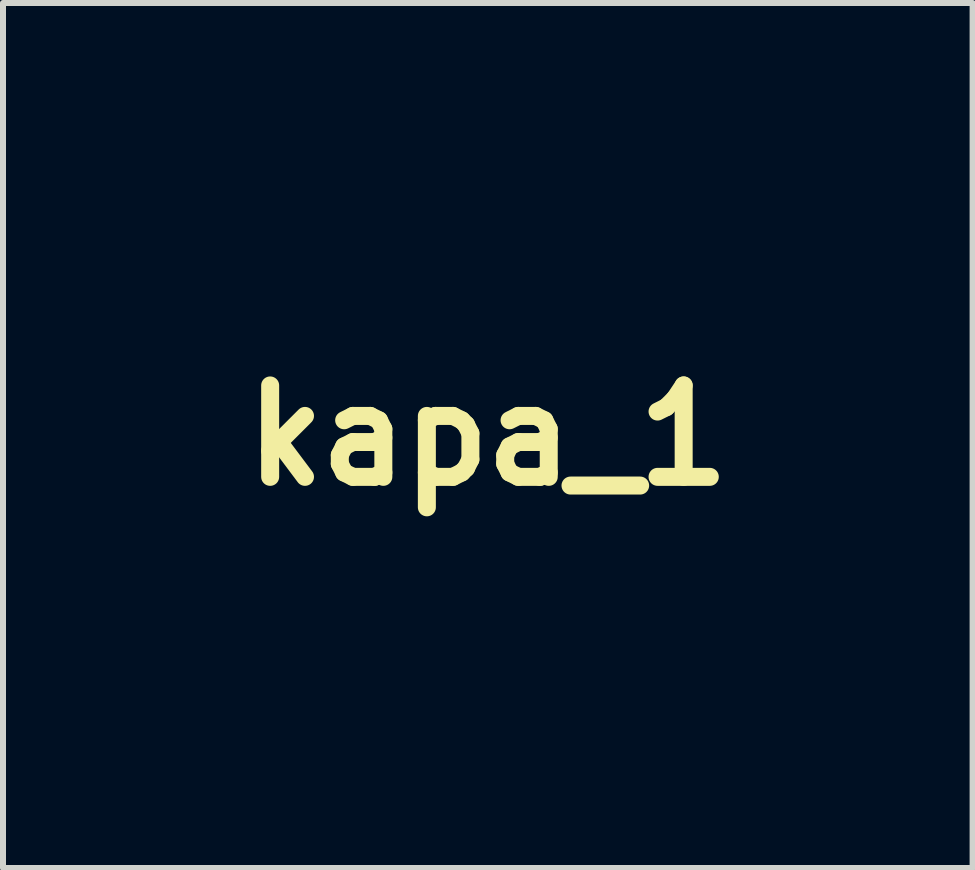
<source format=kicad_pcb>
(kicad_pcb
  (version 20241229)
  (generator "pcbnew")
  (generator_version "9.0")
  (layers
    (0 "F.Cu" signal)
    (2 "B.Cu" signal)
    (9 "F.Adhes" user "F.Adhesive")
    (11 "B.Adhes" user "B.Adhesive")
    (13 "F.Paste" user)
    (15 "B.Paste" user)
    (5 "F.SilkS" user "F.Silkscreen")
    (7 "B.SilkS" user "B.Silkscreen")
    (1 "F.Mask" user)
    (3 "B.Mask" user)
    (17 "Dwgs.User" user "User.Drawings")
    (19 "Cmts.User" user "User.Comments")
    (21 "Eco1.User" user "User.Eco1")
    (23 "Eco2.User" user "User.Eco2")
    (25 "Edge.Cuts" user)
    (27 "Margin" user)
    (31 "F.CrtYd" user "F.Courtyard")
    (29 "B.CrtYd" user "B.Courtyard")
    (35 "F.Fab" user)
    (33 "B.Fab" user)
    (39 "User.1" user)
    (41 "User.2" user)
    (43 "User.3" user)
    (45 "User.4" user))
  (footprint "kapa_1"
    (layer "F.Cu")
    (at 5.083 4.211)
    (property "Reference" "kapa_1" (at 0 0 0) (layer "F.SilkS") (effects (font (size 1.524 1.524) (thickness 0.3))))
    (attr through_hole)
    (fp_poly (pts (xy 0.432 -4.205) (xy 0.511 -4.194) (xy 0.586 -4.17) (xy 0.659 -4.134) (xy 0.732 -4.083) (xy 0.807 -4.018) (xy 0.826 -3.999) (xy 0.846 -3.978) (xy 0.874 -3.947) (xy 0.91 -3.909) (xy 0.95 -3.864) (xy 0.993 -3.817) (xy 1.036 -3.767) (xy 1.048 -3.754) (xy 1.093 -3.705) (xy 1.146 -3.646) (xy 1.206 -3.583) (xy 1.269 -3.516) (xy 1.334 -3.449) (xy 1.397 -3.385) (xy 1.448 -3.334) (xy 1.505 -3.278) (xy 1.555 -3.227) (xy 1.6 -3.181) (xy 1.641 -3.138) (xy 1.68 -3.096) (xy 1.718 -3.054) (xy 1.756 -3.01) (xy 1.796 -2.963) (xy 1.838 -2.911) (xy 1.885 -2.852) (xy 1.938 -2.786) (xy 1.997 -2.71) (xy 2.065 -2.623) (xy 2.068 -2.619) (xy 2.134 -2.535) (xy 2.191 -2.461) (xy 2.239 -2.397) (xy 2.281 -2.342) (xy 2.315 -2.293) (xy 2.343 -2.251) (xy 2.366 -2.214) (xy 2.385 -2.18) (xy 2.401 -2.148) (xy 2.413 -2.116) (xy 2.424 -2.084) (xy 2.433 -2.051) (xy 2.442 -2.014) (xy 2.445 -1.998) (xy 2.455 -1.958) (xy 2.465 -1.921) (xy 2.473 -1.892) (xy 2.48 -1.874) (xy 2.481 -1.873) (xy 2.493 -1.858) (xy 2.514 -1.838) (xy 2.541 -1.817) (xy 2.55 -1.811) (xy 2.585 -1.785) (xy 2.624 -1.755) (xy 2.658 -1.726) (xy 2.661 -1.724) (xy 2.698 -1.691) (xy 2.732 -1.664) (xy 2.764 -1.641) (xy 2.8 -1.62) (xy 2.84 -1.599) (xy 2.889 -1.577) (xy 2.949 -1.552) (xy 2.966 -1.545) (xy 3.057 -1.506) (xy 3.136 -1.467) (xy 3.207 -1.427) (xy 3.274 -1.382) (xy 3.339 -1.33) (xy 3.408 -1.269) (xy 3.448 -1.231) (xy 3.508 -1.17) (xy 3.564 -1.108) (xy 3.619 -1.04) (xy 3.676 -0.964) (xy 3.737 -0.876) (xy 3.74 -0.872) (xy 3.782 -0.809) (xy 3.818 -0.759) (xy 3.85 -0.718) (xy 3.879 -0.684) (xy 3.909 -0.657) (xy 3.941 -0.633) (xy 3.978 -0.611) (xy 4.021 -0.59) (xy 4.073 -0.566) (xy 4.103 -0.553) (xy 4.149 -0.532) (xy 4.196 -0.51) (xy 4.239 -0.489) (xy 4.273 -0.47) (xy 4.285 -0.463) (xy 4.325 -0.435) (xy 4.37 -0.398) (xy 4.416 -0.355) (xy 4.459 -0.311) (xy 4.496 -0.268) (xy 4.52 -0.234) (xy 4.567 -0.146) (xy 4.601 -0.05) (xy 4.621 0.054) (xy 4.627 0.164) (xy 4.627 0.169) (xy 4.627 0.216) (xy 4.63 0.248) (xy 4.635 0.265) (xy 4.636 0.267) (xy 4.647 0.275) (xy 4.668 0.288) (xy 4.698 0.305) (xy 4.733 0.323) (xy 4.734 0.323) (xy 4.81 0.368) (xy 4.874 0.42) (xy 4.928 0.481) (xy 4.973 0.552) (xy 5.011 0.636) (xy 5.02 0.661) (xy 5.034 0.704) (xy 5.048 0.751) (xy 5.058 0.795) (xy 5.06 0.807) (xy 5.068 0.863) (xy 5.074 0.933) (xy 5.077 1.015) (xy 5.078 1.109) (xy 5.077 1.212) (xy 5.074 1.324) (xy 5.069 1.417) (xy 5.065 1.489) (xy 5.061 1.566) (xy 5.057 1.645) (xy 5.054 1.72) (xy 5.05 1.787) (xy 5.048 1.834) (xy 5.042 1.947) (xy 5.034 2.046) (xy 5.023 2.135) (xy 5.01 2.214) (xy 4.993 2.287) (xy 4.973 2.356) (xy 4.948 2.422) (xy 4.918 2.489) (xy 4.9 2.526) (xy 4.856 2.606) (xy 4.803 2.683) (xy 4.746 2.755) (xy 4.686 2.818) (xy 4.626 2.87) (xy 4.615 2.878) (xy 4.548 2.92) (xy 4.468 2.958) (xy 4.377 2.994) (xy 4.278 3.025) (xy 4.174 3.051) (xy 4.068 3.072) (xy 3.961 3.086) (xy 3.873 3.092) (xy 3.81 3.095) (xy 3.757 3.101) (xy 3.71 3.108) (xy 3.672 3.117) (xy 3.633 3.126) (xy 3.595 3.135) (xy 3.564 3.142) (xy 3.553 3.144) (xy 3.518 3.148) (xy 3.469 3.151) (xy 3.407 3.151) (xy 3.335 3.15) (xy 3.253 3.147) (xy 3.164 3.142) (xy 3.068 3.136) (xy 3.06 3.135) (xy 2.939 3.127) (xy 2.829 3.122) (xy 2.729 3.119) (xy 2.633 3.12) (xy 2.539 3.124) (xy 2.443 3.131) (xy 2.349 3.14) (xy 2.287 3.147) (xy 2.23 3.152) (xy 2.175 3.156) (xy 2.118 3.159) (xy 2.056 3.161) (xy 1.986 3.163) (xy 1.904 3.165) (xy 1.881 3.165) (xy 1.816 3.166) (xy 1.755 3.166) (xy 1.696 3.166) (xy 1.638 3.165) (xy 1.579 3.164) (xy 1.518 3.163) (xy 1.451 3.16) (xy 1.379 3.157) (xy 1.298 3.154) (xy 1.208 3.149) (xy 1.105 3.143) (xy 0.99 3.137) (xy 0.945 3.134) (xy 0.849 3.129) (xy 0.767 3.125) (xy 0.696 3.123) (xy 0.632 3.122) (xy 0.573 3.123) (xy 0.517 3.126) (xy 0.46 3.131) (xy 0.399 3.137) (xy 0.334 3.146) (xy 0.259 3.157) (xy 0.238 3.16) (xy 0.17 3.17) (xy 0.103 3.177) (xy 0.035 3.182) (xy -0.036 3.185) (xy -0.112 3.186) (xy -0.194 3.185) (xy -0.285 3.181) (xy -0.386 3.175) (xy -0.5 3.167) (xy -0.587 3.161) (xy -0.662 3.155) (xy -0.729 3.149) (xy -0.79 3.145) (xy -0.849 3.141) (xy -0.907 3.137) (xy -0.967 3.133) (xy -1.031 3.129) (xy -1.102 3.125) (xy -1.181 3.121) (xy -1.273 3.116) (xy -1.361 3.111) (xy -1.46 3.105) (xy -1.544 3.098) (xy -1.615 3.089) (xy -1.676 3.079) (xy -1.728 3.067) (xy -1.772 3.052) (xy -1.81 3.034) (xy -1.84 3.016) (xy -1.893 2.972) (xy -1.944 2.911) (xy -1.993 2.836) (xy -2.038 2.745) (xy -2.081 2.638) (xy -2.121 2.516) (xy -2.158 2.378) (xy -2.19 2.234) (xy -2.207 2.153) (xy -2.222 2.085) (xy -2.236 2.031) (xy -2.248 1.989) (xy -2.26 1.957) (xy -2.273 1.935) (xy -2.286 1.921) (xy -2.302 1.915) (xy -2.32 1.914) (xy -2.341 1.918) (xy -2.36 1.924) (xy -2.397 1.939) (xy -2.443 1.963) (xy -2.496 1.995) (xy -2.554 2.034) (xy -2.613 2.077) (xy -2.673 2.123) (xy -2.729 2.17) (xy -2.73 2.171) (xy -2.758 2.196) (xy -2.793 2.231) (xy -2.833 2.271) (xy -2.874 2.315) (xy -2.915 2.359) (xy -2.923 2.369) (xy -2.983 2.434) (xy -3.035 2.487) (xy -3.083 2.532) (xy -3.128 2.569) (xy -3.172 2.6) (xy -3.217 2.627) (xy -3.22 2.628) (xy -3.253 2.648) (xy -3.273 2.664) (xy -3.278 2.675) (xy -3.273 2.691) (xy -3.261 2.707) (xy -3.248 2.715) (xy -3.246 2.715) (xy -3.232 2.722) (xy -3.221 2.739) (xy -3.215 2.761) (xy -3.215 2.764) (xy -3.212 2.779) (xy -3.203 2.796) (xy -3.184 2.818) (xy -3.167 2.836) (xy -3.146 2.859) (xy -3.131 2.878) (xy -3.125 2.89) (xy -3.125 2.892) (xy -3.135 2.904) (xy -3.149 2.916) (xy -3.162 2.928) (xy -3.167 2.938) (xy -3.162 2.946) (xy -3.149 2.964) (xy -3.129 2.986) (xy -3.123 2.993) (xy -3.101 3.017) (xy -3.088 3.035) (xy -3.082 3.05) (xy -3.081 3.066) (xy -3.081 3.074) (xy -3.081 3.101) (xy -3.077 3.125) (xy -3.076 3.129) (xy -3.074 3.146) (xy -3.082 3.155) (xy -3.091 3.159) (xy -3.105 3.169) (xy -3.111 3.187) (xy -3.111 3.216) (xy -3.103 3.257) (xy -3.102 3.261) (xy -3.098 3.293) (xy -3.103 3.313) (xy -3.118 3.323) (xy -3.144 3.326) (xy -3.164 3.328) (xy -3.174 3.333) (xy -3.175 3.334) (xy -3.17 3.344) (xy -3.156 3.361) (xy -3.136 3.383) (xy -3.127 3.393) (xy -3.106 3.415) (xy -3.09 3.434) (xy -3.081 3.445) (xy -3.08 3.447) (xy -3.087 3.45) (xy -3.105 3.454) (xy -3.118 3.456) (xy -3.149 3.463) (xy -3.169 3.477) (xy -3.182 3.5) (xy -3.189 3.537) (xy -3.189 3.537) (xy -3.193 3.563) (xy -3.197 3.577) (xy -3.205 3.582) (xy -3.218 3.583) (xy -3.219 3.583) (xy -3.23 3.584) (xy -3.238 3.588) (xy -3.244 3.599) (xy -3.249 3.619) (xy -3.255 3.649) (xy -3.262 3.68) (xy -3.268 3.704) (xy -3.272 3.719) (xy -3.273 3.72) (xy -3.282 3.719) (xy -3.296 3.708) (xy -3.301 3.704) (xy -3.316 3.69) (xy -3.328 3.683) (xy -3.336 3.685) (xy -3.343 3.697) (xy -3.348 3.72) (xy -3.352 3.757) (xy -3.356 3.797) (xy -3.36 3.831) (xy -3.365 3.859) (xy -3.369 3.878) (xy -3.372 3.883) (xy -3.384 3.888) (xy -3.406 3.892) (xy -3.42 3.893) (xy -3.446 3.896) (xy -3.468 3.904) (xy -3.488 3.92) (xy -3.509 3.947) (xy -3.53 3.978) (xy -3.551 4.007) (xy -3.568 4.021) (xy -3.582 4.021) (xy -3.593 4.007) (xy -3.596 4) (xy -3.606 3.98) (xy -3.614 3.974) (xy -3.622 3.984) (xy -3.631 4.008) (xy -3.631 4.008) (xy -3.642 4.035) (xy -3.65 4.046) (xy -3.659 4.044) (xy -3.668 4.03) (xy -3.675 4.021) (xy -3.678 4.022) (xy -3.682 4.035) (xy -3.684 4.051) (xy -3.69 4.081) (xy -3.701 4.1) (xy -3.718 4.109) (xy -3.747 4.112) (xy -3.756 4.112) (xy -3.803 4.112) (xy -3.797 4.14) (xy -3.795 4.159) (xy -3.797 4.166) (xy -3.808 4.164) (xy -3.811 4.163) (xy -3.827 4.156) (xy -3.852 4.144) (xy -3.88 4.13) (xy -3.881 4.129) (xy -3.907 4.115) (xy -3.921 4.108) (xy -3.928 4.108) (xy -3.928 4.114) (xy -3.926 4.12) (xy -3.918 4.149) (xy -3.915 4.167) (xy -3.918 4.176) (xy -3.923 4.179) (xy -3.939 4.179) (xy -3.967 4.173) (xy -4.004 4.16) (xy -4.048 4.141) (xy -4.097 4.119) (xy -4.112 4.111) (xy -4.157 4.09) (xy -4.189 4.077) (xy -4.208 4.073) (xy -4.215 4.079) (xy -4.211 4.093) (xy -4.195 4.118) (xy -4.175 4.144) (xy -4.157 4.169) (xy -4.143 4.188) (xy -4.136 4.2) (xy -4.136 4.201) (xy -4.142 4.207) (xy -4.159 4.205) (xy -4.183 4.196) (xy -4.197 4.19) (xy -4.22 4.175) (xy -4.246 4.153) (xy -4.271 4.127) (xy -4.272 4.127) (xy -4.291 4.105) (xy -4.308 4.09) (xy -4.317 4.084) (xy -4.318 4.084) (xy -4.322 4.093) (xy -4.326 4.113) (xy -4.329 4.135) (xy -4.333 4.16) (xy -4.338 4.178) (xy -4.342 4.183) (xy -4.349 4.177) (xy -4.365 4.162) (xy -4.386 4.139) (xy -4.409 4.112) (xy -4.436 4.081) (xy -4.462 4.054) (xy -4.484 4.032) (xy -4.502 4.017) (xy -4.513 4.011) (xy -4.515 4.015) (xy -4.514 4.017) (xy -4.5 4.057) (xy -4.495 4.083) (xy -4.499 4.098) (xy -4.513 4.1) (xy -4.53 4.093) (xy -4.552 4.077) (xy -4.568 4.059) (xy -4.581 4.041) (xy -4.601 4.018) (xy -4.614 4.003) (xy -4.64 3.979) (xy -4.666 3.969) (xy -4.692 3.973) (xy -4.721 3.991) (xy -4.745 4.011) (xy -4.761 4.025) (xy -4.772 4.031) (xy -4.774 4.031) (xy -4.775 4.022) (xy -4.772 4.002) (xy -4.767 3.974) (xy -4.766 3.969) (xy -4.759 3.93) (xy -4.755 3.892) (xy -4.752 3.857) (xy -4.753 3.828) (xy -4.756 3.81) (xy -4.759 3.805) (xy -4.769 3.808) (xy -4.788 3.818) (xy -4.813 3.835) (xy -4.822 3.841) (xy -4.847 3.859) (xy -4.867 3.872) (xy -4.878 3.878) (xy -4.879 3.878) (xy -4.878 3.87) (xy -4.871 3.852) (xy -4.862 3.833) (xy -4.847 3.794) (xy -4.842 3.76) (xy -4.849 3.729) (xy -4.868 3.697) (xy -4.9 3.66) (xy -4.9 3.659) (xy -4.936 3.619) (xy -4.961 3.583) (xy -4.977 3.548) (xy -4.985 3.523) (xy -4.989 3.502) (xy -4.99 3.482) (xy -4.986 3.457) (xy -4.978 3.423) (xy -4.978 3.42) (xy -4.968 3.381) (xy -4.963 3.355) (xy -4.963 3.338) (xy -4.969 3.33) (xy -4.983 3.326) (xy -5.005 3.324) (xy -5.011 3.324) (xy -5.038 3.322) (xy -5.053 3.319) (xy -5.06 3.313) (xy -5.063 3.303) (xy -5.06 3.289) (xy -5.017 3.289) (xy -5.01 3.291) (xy -4.992 3.29) (xy -4.986 3.289) (xy -4.962 3.288) (xy -4.946 3.294) (xy -4.938 3.301) (xy -4.927 3.315) (xy -4.923 3.331) (xy -4.923 3.352) (xy -4.93 3.383) (xy -4.937 3.409) (xy -4.949 3.457) (xy -4.952 3.496) (xy -4.945 3.531) (xy -4.929 3.565) (xy -4.901 3.602) (xy -4.884 3.621) (xy -4.853 3.658) (xy -4.831 3.687) (xy -4.818 3.71) (xy -4.811 3.732) (xy -4.81 3.748) (xy -4.809 3.767) (xy -4.804 3.775) (xy -4.791 3.774) (xy -4.787 3.773) (xy -4.753 3.771) (xy -4.729 3.78) (xy -4.715 3.802) (xy -4.71 3.836) (xy -4.714 3.88) (xy -4.718 3.908) (xy -4.722 3.929) (xy -4.723 3.94) (xy -4.723 3.94) (xy -4.716 3.94) (xy -4.701 3.935) (xy -4.701 3.935) (xy -4.665 3.93) (xy -4.63 3.94) (xy -4.596 3.965) (xy -4.589 3.973) (xy -4.571 3.993) (xy -4.561 4.001) (xy -4.555 4) (xy -4.552 3.993) (xy -4.54 3.977) (xy -4.519 3.97) (xy -4.502 3.972) (xy -4.491 3.98) (xy -4.471 3.996) (xy -4.447 4.019) (xy -4.426 4.04) (xy -4.401 4.066) (xy -4.38 4.086) (xy -4.366 4.1) (xy -4.361 4.104) (xy -4.358 4.097) (xy -4.358 4.088) (xy -4.352 4.069) (xy -4.337 4.052) (xy -4.32 4.041) (xy -4.313 4.04) (xy -4.3 4.045) (xy -4.283 4.059) (xy -4.278 4.063) (xy -4.263 4.077) (xy -4.256 4.08) (xy -4.255 4.072) (xy -4.255 4.072) (xy -4.249 4.055) (xy -4.241 4.044) (xy -4.225 4.035) (xy -4.201 4.035) (xy -4.169 4.045) (xy -4.126 4.064) (xy -4.117 4.069) (xy -4.086 4.084) (xy -4.052 4.1) (xy -4.019 4.115) (xy -3.992 4.127) (xy -3.973 4.134) (xy -3.968 4.135) (xy -3.965 4.129) (xy -3.967 4.117) (xy -3.964 4.095) (xy -3.949 4.079) (xy -3.928 4.072) (xy -3.927 4.072) (xy -3.909 4.076) (xy -3.886 4.085) (xy -3.875 4.091) (xy -3.84 4.109) (xy -3.821 4.09) (xy -3.805 4.078) (xy -3.787 4.073) (xy -3.765 4.074) (xy -3.727 4.076) (xy -3.719 4.03) (xy -3.709 3.995) (xy -3.695 3.975) (xy -3.678 3.97) (xy -3.671 3.972) (xy -3.661 3.972) (xy -3.659 3.969) (xy -3.653 3.956) (xy -3.639 3.941) (xy -3.623 3.931) (xy -3.615 3.929) (xy -3.602 3.935) (xy -3.587 3.948) (xy -3.586 3.949) (xy -3.569 3.969) (xy -3.542 3.929) (xy -3.511 3.891) (xy -3.478 3.867) (xy -3.441 3.858) (xy -3.431 3.858) (xy -3.416 3.857) (xy -3.405 3.854) (xy -3.398 3.846) (xy -3.393 3.83) (xy -3.39 3.805) (xy -3.388 3.767) (xy -3.387 3.75) (xy -3.384 3.719) (xy -3.378 3.691) (xy -3.373 3.673) (xy -3.357 3.653) (xy -3.335 3.645) (xy -3.312 3.648) (xy -3.309 3.65) (xy -3.297 3.656) (xy -3.294 3.656) (xy -3.293 3.648) (xy -3.289 3.628) (xy -3.286 3.611) (xy -3.278 3.578) (xy -3.267 3.557) (xy -3.25 3.544) (xy -3.241 3.539) (xy -3.226 3.527) (xy -3.223 3.516) (xy -3.217 3.488) (xy -3.204 3.46) (xy -3.185 3.44) (xy -3.177 3.435) (xy -3.161 3.428) (xy -3.152 3.423) (xy -3.155 3.417) (xy -3.166 3.403) (xy -3.176 3.391) (xy -3.2 3.363) (xy -3.209 3.34) (xy -3.206 3.32) (xy -3.195 3.305) (xy -3.175 3.292) (xy -3.155 3.286) (xy -3.14 3.284) (xy -3.137 3.276) (xy -3.139 3.268) (xy -3.143 3.25) (xy -3.147 3.224) (xy -3.148 3.207) (xy -3.15 3.18) (xy -3.148 3.164) (xy -3.141 3.152) (xy -3.136 3.148) (xy -3.126 3.135) (xy -3.121 3.115) (xy -3.119 3.089) (xy -3.12 3.066) (xy -3.124 3.049) (xy -3.133 3.033) (xy -3.15 3.013) (xy -3.159 3.004) (xy -3.186 2.971) (xy -3.198 2.943) (xy -3.196 2.919) (xy -3.183 2.901) (xy -3.175 2.893) (xy -3.174 2.886) (xy -3.181 2.875) (xy -3.197 2.859) (xy -3.203 2.853) (xy -3.234 2.816) (xy -3.248 2.784) (xy -3.262 2.753) (xy -3.281 2.734) (xy -3.299 2.719) (xy -3.308 2.702) (xy -3.309 2.7) (xy -3.313 2.687) (xy -3.323 2.684) (xy -3.337 2.686) (xy -3.366 2.685) (xy -3.389 2.67) (xy -3.403 2.642) (xy -3.404 2.641) (xy -3.413 2.621) (xy -3.428 2.613) (xy -3.429 2.613) (xy -3.453 2.603) (xy -3.465 2.581) (xy -3.469 2.555) (xy -3.47 2.536) (xy -3.475 2.528) (xy -3.489 2.528) (xy -3.495 2.529) (xy -3.515 2.53) (xy -3.532 2.523) (xy -3.55 2.509) (xy -3.573 2.493) (xy -3.596 2.481) (xy -3.603 2.479) (xy -3.629 2.469) (xy -3.647 2.45) (xy -3.653 2.428) (xy -3.651 2.416) (xy -3.645 2.401) (xy -3.643 2.394) (xy -3.651 2.393) (xy -3.67 2.393) (xy -3.698 2.393) (xy -3.707 2.393) (xy -3.74 2.393) (xy -3.761 2.391) (xy -3.774 2.386) (xy -3.783 2.378) (xy -3.788 2.374) (xy -3.799 2.35) (xy -3.8 2.334) (xy -3.8 2.322) (xy -3.804 2.316) (xy -3.818 2.313) (xy -3.838 2.313) (xy -3.868 2.312) (xy -3.891 2.304) (xy -3.914 2.289) (xy -3.941 2.272) (xy -3.97 2.259) (xy -3.981 2.255) (xy -4.004 2.248) (xy -4.021 2.24) (xy -4.024 2.239) (xy -4.036 2.238) (xy -4.054 2.248) (xy -4.062 2.255) (xy -4.088 2.272) (xy -4.114 2.277) (xy -4.146 2.271) (xy -4.15 2.269) (xy -4.169 2.265) (xy -4.181 2.269) (xy -4.19 2.278) (xy -4.211 2.293) (xy -4.247 2.303) (xy -4.297 2.308) (xy -4.333 2.309) (xy -4.362 2.31) (xy -4.38 2.314) (xy -4.392 2.322) (xy -4.398 2.329) (xy -4.413 2.345) (xy -4.433 2.359) (xy -4.46 2.375) (xy -4.496 2.391) (xy -4.544 2.411) (xy -4.582 2.426) (xy -4.624 2.442) (xy -4.663 2.459) (xy -4.695 2.475) (xy -4.717 2.487) (xy -4.722 2.49) (xy -4.739 2.507) (xy -4.761 2.533) (xy -4.784 2.564) (xy -4.795 2.579) (xy -4.829 2.627) (xy -4.859 2.663) (xy -4.885 2.684) (xy -4.905 2.691) (xy -4.915 2.693) (xy -4.918 2.704) (xy -4.916 2.717) (xy -4.916 2.734) (xy -4.921 2.754) (xy -4.933 2.781) (xy -4.946 2.806) (xy -4.962 2.837) (xy -4.977 2.865) (xy -4.988 2.885) (xy -4.99 2.89) (xy -5 2.92) (xy -5.006 2.958) (xy -5.007 2.995) (xy -5.005 3.011) (xy -4.998 3.032) (xy -4.986 3.041) (xy -4.983 3.042) (xy -4.967 3.05) (xy -4.962 3.068) (xy -4.966 3.093) (xy -4.98 3.12) (xy -4.992 3.139) (xy -5 3.151) (xy -5.001 3.153) (xy -4.994 3.156) (xy -4.983 3.157) (xy -4.963 3.165) (xy -4.949 3.183) (xy -4.945 3.197) (xy -4.95 3.208) (xy -4.964 3.226) (xy -4.981 3.246) (xy -4.999 3.266) (xy -5.012 3.282) (xy -5.017 3.289) (xy -5.06 3.289) (xy -5.06 3.288) (xy -5.048 3.269) (xy -5.024 3.242) (xy -5.024 3.241) (xy -5.005 3.22) (xy -4.992 3.204) (xy -4.986 3.195) (xy -4.986 3.194) (xy -4.995 3.195) (xy -5.015 3.199) (xy -5.032 3.203) (xy -5.056 3.21) (xy -5.072 3.212) (xy -5.078 3.212) (xy -5.075 3.204) (xy -5.066 3.186) (xy -5.052 3.162) (xy -5.047 3.154) (xy -5.026 3.121) (xy -5.012 3.1) (xy -5.005 3.088) (xy -5.003 3.082) (xy -5.005 3.081) (xy -5.009 3.082) (xy -5.021 3.077) (xy -5.031 3.059) (xy -5.038 3.03) (xy -5.041 2.994) (xy -5.042 2.982) (xy -5.039 2.937) (xy -5.03 2.897) (xy -5.014 2.856) (xy -4.988 2.808) (xy -4.988 2.808) (xy -4.967 2.767) (xy -4.956 2.735) (xy -4.956 2.709) (xy -4.965 2.688) (xy -4.978 2.667) (xy -4.946 2.662) (xy -4.905 2.65) (xy -4.872 2.626) (xy -4.846 2.591) (xy -4.811 2.535) (xy -4.776 2.491) (xy -4.743 2.459) (xy -4.728 2.449) (xy -4.706 2.437) (xy -4.673 2.423) (xy -4.636 2.407) (xy -4.61 2.397) (xy -4.557 2.377) (xy -4.516 2.361) (xy -4.485 2.347) (xy -4.463 2.336) (xy -4.446 2.324) (xy -4.432 2.313) (xy -4.425 2.305) (xy -4.413 2.293) (xy -4.402 2.284) (xy -4.388 2.279) (xy -4.368 2.275) (xy -4.338 2.273) (xy -4.315 2.271) (xy -4.27 2.267) (xy -4.238 2.261) (xy -4.219 2.253) (xy -4.21 2.242) (xy -4.21 2.228) (xy -4.21 2.225) (xy -4.212 2.212) (xy -4.205 2.208) (xy -4.189 2.212) (xy -4.167 2.223) (xy -4.133 2.236) (xy -4.106 2.236) (xy -4.08 2.224) (xy -4.073 2.219) (xy -4.048 2.203) (xy -4.025 2.201) (xy -4 2.211) (xy -3.98 2.219) (xy -3.964 2.222) (xy -3.948 2.227) (xy -3.926 2.238) (xy -3.906 2.25) (xy -3.884 2.265) (xy -3.866 2.275) (xy -3.857 2.278) (xy -3.85 2.271) (xy -3.838 2.251) (xy -3.822 2.219) (xy -3.805 2.179) (xy -3.785 2.132) (xy -3.768 2.087) (xy -3.754 2.047) (xy -3.741 2.004) (xy -3.729 1.956) (xy -3.716 1.9) (xy -3.703 1.834) (xy -3.689 1.756) (xy -3.686 1.742) (xy -3.659 1.614) (xy -3.623 1.495) (xy -3.579 1.384) (xy -3.568 1.361) (xy -3.552 1.327) (xy -2.229 1.327) (xy -2.223 1.442) (xy -2.219 1.513) (xy -2.218 1.575) (xy -2.219 1.636) (xy -2.223 1.701) (xy -2.223 1.703) (xy -2.227 1.779) (xy -2.227 1.846) (xy -2.222 1.909) (xy -2.211 1.972) (xy -2.193 2.041) (xy -2.19 2.052) (xy -2.181 2.085) (xy -2.169 2.13) (xy -2.155 2.182) (xy -2.141 2.237) (xy -2.127 2.29) (xy -2.113 2.345) (xy -2.098 2.401) (xy -2.084 2.453) (xy -2.072 2.499) (xy -2.063 2.532) (xy -2.035 2.62) (xy -2.007 2.698) (xy -1.975 2.766) (xy -1.939 2.824) (xy -1.898 2.875) (xy -1.851 2.918) (xy -1.796 2.954) (xy -1.732 2.985) (xy -1.658 3.01) (xy -1.573 3.031) (xy -1.475 3.049) (xy -1.364 3.064) (xy -1.257 3.075) (xy -1.213 3.079) (xy -1.155 3.084) (xy -1.087 3.089) (xy -1.01 3.095) (xy -0.928 3.1) (xy -0.842 3.106) (xy -0.755 3.111) (xy -0.67 3.117) (xy -0.59 3.121) (xy -0.516 3.125) (xy -0.48 3.127) (xy -0.421 3.129) (xy -0.352 3.131) (xy -0.278 3.131) (xy -0.201 3.131) (xy -0.124 3.13) (xy -0.051 3.129) (xy 0.017 3.127) (xy 0.075 3.124) (xy 0.12 3.12) (xy 0.127 3.12) (xy 0.16 3.116) (xy 0.205 3.112) (xy 0.257 3.106) (xy 0.311 3.1) (xy 0.353 3.096) (xy 0.454 3.086) (xy 0.551 3.079) (xy 0.647 3.075) (xy 0.746 3.074) (xy 0.853 3.076) (xy 0.969 3.08) (xy 1.024 3.083) (xy 1.167 3.09) (xy 1.295 3.097) (xy 1.41 3.102) (xy 1.513 3.107) (xy 1.607 3.11) (xy 1.691 3.113) (xy 1.768 3.115) (xy 1.839 3.116) (xy 1.906 3.116) (xy 1.969 3.115) (xy 2.031 3.113) (xy 2.093 3.111) (xy 2.155 3.108) (xy 2.22 3.104) (xy 2.289 3.099) (xy 2.306 3.098) (xy 2.364 3.094) (xy 2.421 3.091) (xy 2.479 3.088) (xy 2.541 3.087) (xy 2.61 3.087) (xy 2.688 3.087) (xy 2.78 3.087) (xy 2.798 3.088) (xy 2.92 3.089) (xy 3.028 3.09) (xy 3.122 3.091) (xy 3.204 3.091) (xy 3.274 3.091) (xy 3.334 3.09) (xy 3.385 3.089) (xy 3.428 3.088) (xy 3.464 3.086) (xy 3.495 3.084) (xy 3.521 3.081) (xy 3.543 3.077) (xy 3.564 3.073) (xy 3.564 3.073) (xy 3.633 3.058) (xy 3.691 3.046) (xy 3.739 3.037) (xy 3.782 3.029) (xy 3.822 3.023) (xy 3.864 3.018) (xy 3.91 3.013) (xy 3.917 3.012) (xy 4.015 3.001) (xy 4.1 2.989) (xy 4.174 2.974) (xy 4.241 2.957) (xy 4.303 2.936) (xy 4.363 2.912) (xy 4.408 2.89) (xy 4.52 2.826) (xy 4.619 2.753) (xy 4.706 2.67) (xy 4.78 2.578) (xy 4.841 2.477) (xy 4.843 2.472) (xy 4.871 2.415) (xy 4.895 2.355) (xy 4.917 2.291) (xy 4.936 2.223) (xy 4.952 2.147) (xy 4.967 2.064) (xy 4.98 1.97) (xy 4.991 1.866) (xy 5.002 1.749) (xy 5.011 1.618) (xy 5.013 1.595) (xy 5.02 1.446) (xy 5.024 1.311) (xy 5.023 1.188) (xy 5.017 1.076) (xy 5.006 0.974) (xy 4.99 0.881) (xy 4.969 0.794) (xy 4.943 0.712) (xy 4.911 0.635) (xy 4.9 0.612) (xy 4.87 0.555) (xy 4.837 0.506) (xy 4.8 0.464) (xy 4.758 0.429) (xy 4.709 0.399) (xy 4.652 0.374) (xy 4.585 0.354) (xy 4.506 0.336) (xy 4.415 0.322) (xy 4.31 0.309) (xy 4.269 0.305) (xy 4.215 0.303) (xy 4.151 0.301) (xy 4.08 0.3) (xy 4.005 0.3) (xy 3.928 0.3) (xy 3.854 0.301) (xy 3.785 0.303) (xy 3.723 0.305) (xy 3.672 0.308) (xy 3.667 0.309) (xy 3.625 0.313) (xy 3.572 0.319) (xy 3.512 0.326) (xy 3.45 0.334) (xy 3.391 0.343) (xy 3.389 0.343) (xy 3.348 0.349) (xy 3.31 0.354) (xy 3.274 0.358) (xy 3.239 0.361) (xy 3.202 0.364) (xy 3.163 0.366) (xy 3.118 0.367) (xy 3.068 0.368) (xy 3.01 0.368) (xy 2.942 0.368) (xy 2.863 0.367) (xy 2.771 0.366) (xy 2.679 0.365) (xy 2.606 0.365) (xy 2.542 0.364) (xy 2.486 0.365) (xy 2.432 0.366) (xy 2.378 0.368) (xy 2.32 0.371) (xy 2.255 0.376) (xy 2.179 0.381) (xy 2.139 0.384) (xy 2.052 0.391) (xy 1.971 0.396) (xy 1.895 0.401) (xy 1.822 0.404) (xy 1.748 0.406) (xy 1.672 0.407) (xy 1.591 0.407) (xy 1.504 0.406) (xy 1.408 0.405) (xy 1.3 0.402) (xy 1.179 0.398) (xy 1.175 0.398) (xy 1.032 0.395) (xy 0.902 0.393) (xy 0.78 0.393) (xy 0.663 0.395) (xy 0.549 0.399) (xy 0.432 0.405) (xy 0.318 0.413) (xy 0.169 0.424) (xy 0.036 0.433) (xy -0.085 0.441) (xy -0.195 0.448) (xy -0.295 0.453) (xy -0.387 0.457) (xy -0.472 0.459) (xy -0.551 0.46) (xy -0.627 0.46) (xy -0.701 0.458) (xy -0.774 0.455) (xy -0.848 0.45) (xy -0.924 0.444) (xy -1.004 0.436) (xy -1.089 0.428) (xy -1.181 0.417) (xy -1.234 0.411) (xy -1.299 0.405) (xy -1.368 0.399) (xy -1.438 0.396) (xy -1.507 0.394) (xy -1.572 0.393) (xy -1.631 0.394) (xy -1.681 0.397) (xy -1.718 0.401) (xy -1.73 0.404) (xy -1.785 0.422) (xy -1.844 0.449) (xy -1.899 0.481) (xy -1.931 0.504) (xy -1.974 0.545) (xy -2.018 0.598) (xy -2.061 0.659) (xy -2.099 0.725) (xy -2.111 0.749) (xy -2.151 0.84) (xy -2.182 0.929) (xy -2.205 1.019) (xy -2.22 1.114) (xy -2.228 1.216) (xy -2.229 1.327) (xy -3.552 1.327) (xy -3.548 1.32) (xy -3.528 1.282) (xy -3.505 1.243) (xy -3.478 1.202) (xy -3.446 1.156) (xy -3.407 1.103) (xy -3.36 1.041) (xy -3.341 1.016) (xy -3.274 0.927) (xy -3.216 0.846) (xy -3.165 0.768) (xy -3.12 0.693) (xy -3.08 0.617) (xy -3.043 0.539) (xy -3.009 0.455) (xy -2.977 0.364) (xy -2.944 0.262) (xy -2.911 0.148) (xy -2.901 0.113) (xy -2.879 0.037) (xy -2.86 -0.029) (xy -2.842 -0.088) (xy -2.825 -0.142) (xy -2.807 -0.195) (xy -2.788 -0.249) (xy -2.766 -0.307) (xy -2.74 -0.371) (xy -2.711 -0.445) (xy -2.678 -0.524) (xy -2.654 -0.585) (xy -2.625 -0.657) (xy -2.593 -0.736) (xy -2.56 -0.82) (xy -2.527 -0.904) (xy -2.496 -0.985) (xy -2.476 -1.036) (xy -2.418 -1.188) (xy -2.363 -1.327) (xy -2.313 -1.453) (xy -2.266 -1.568) (xy -2.221 -1.672) (xy -2.179 -1.768) (xy -2.139 -1.855) (xy -2.099 -1.936) (xy -2.06 -2.012) (xy -2.021 -2.083) (xy -1.982 -2.151) (xy -1.941 -2.218) (xy -1.898 -2.284) (xy -1.886 -2.302) (xy -1.855 -2.349) (xy -1.824 -2.393) (xy -1.793 -2.435) (xy -1.761 -2.477) (xy -1.727 -2.52) (xy -1.69 -2.564) (xy -1.648 -2.611) (xy -1.602 -2.662) (xy -1.549 -2.718) (xy -1.489 -2.781) (xy -1.421 -2.851) (xy -1.344 -2.93) (xy -1.256 -3.018) (xy -1.251 -3.024) (xy -1.184 -3.092) (xy -1.115 -3.161) (xy -1.047 -3.231) (xy -0.98 -3.299) (xy -0.917 -3.363) (xy -0.86 -3.422) (xy -0.809 -3.475) (xy -0.766 -3.518) (xy -0.746 -3.539) (xy -0.668 -3.621) (xy -0.598 -3.691) (xy -0.535 -3.752) (xy -0.477 -3.805) (xy -0.423 -3.852) (xy -0.371 -3.894) (xy -0.338 -3.919) (xy -0.234 -3.991) (xy -0.126 -4.054) (xy -0.018 -4.107) (xy 0.09 -4.149) (xy 0.196 -4.18) (xy 0.297 -4.199) (xy 0.393 -4.206) (xy 0.432 -4.205)) (stroke (width 0.01) (type solid)) (fill yes) (layer "F.Mask")))
  (gr_rect
    (start -3 -3)
    (end 13.166 11.422)
    (stroke (width 0.1) (type default))
    (fill no)
    (layer "Edge.Cuts")))
</source>
